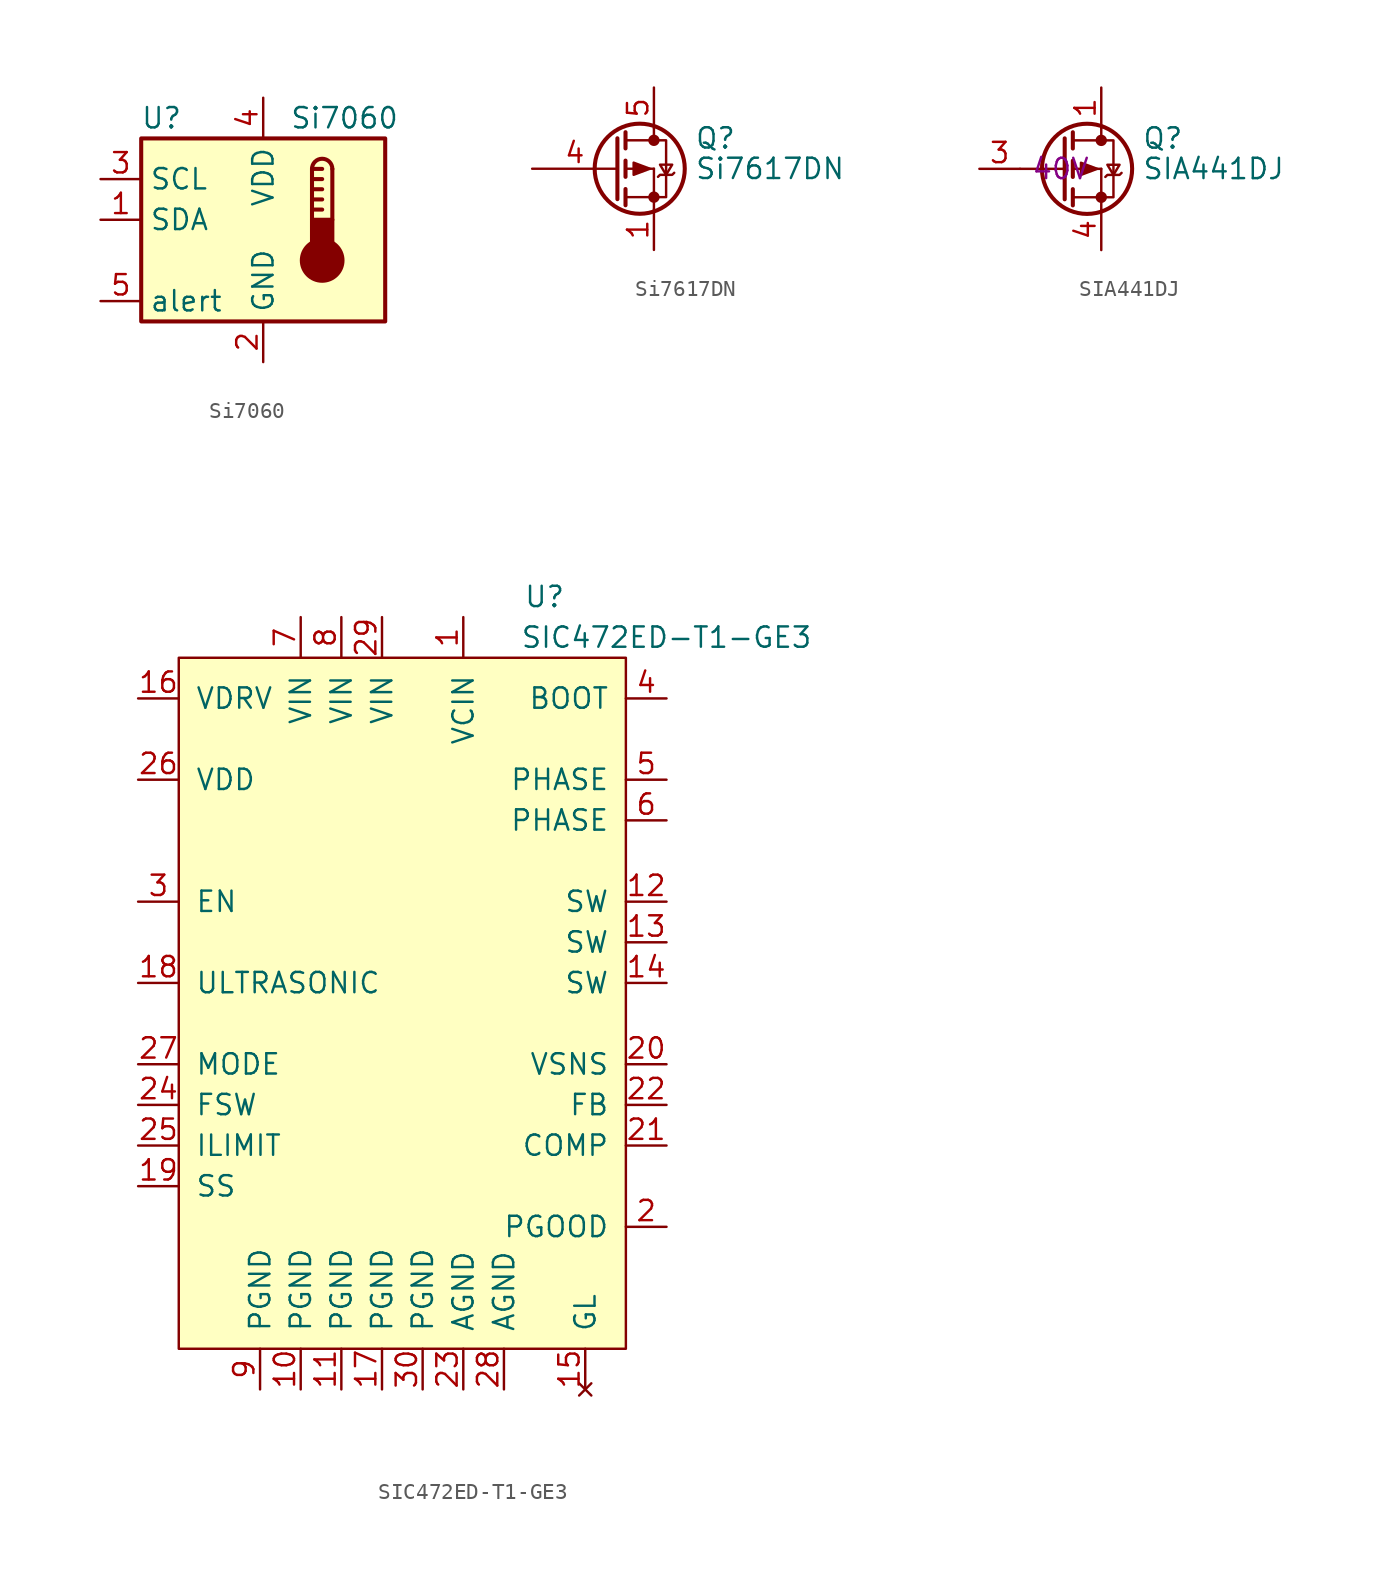
<source format=kicad_sym>
(kicad_symbol_lib
  (version 20220914)
  (generator kicad_symbol_editor)
  (symbol "Si7060"
    (property "Reference" "U"
      (at -6.35 6.35 0)
      (effects (font (size 1.27 1.27))))
    (property "Value" "Si7060"
      (at 5.08 6.35 0)
      (effects (font (size 1.27 1.27))))
    (symbol "Si7060_0_1"
      (rectangle (start -7.62 5.08) (end 7.62 -6.35) (stroke (width 0.254) (type default)) (fill (type background))))
    (symbol "Si7060_1_1"
      (polyline (pts (xy 3.048 0.635) (xy 3.683 0.635)) (stroke (width 0.254) (type default)) (fill (type none)))
      (polyline (pts (xy 3.048 1.27) (xy 3.683 1.27)) (stroke (width 0.254) (type default)) (fill (type none)))
      (polyline (pts (xy 3.048 1.905) (xy 3.683 1.905)) (stroke (width 0.254) (type default)) (fill (type none)))
      (polyline (pts (xy 3.048 2.54) (xy 3.683 2.54)) (stroke (width 0.254) (type default)) (fill (type none)))
      (polyline (pts (xy 3.048 3.175) (xy 3.048 0)) (stroke (width 0.254) (type default)) (fill (type none)))
      (polyline (pts (xy 3.048 3.175) (xy 3.683 3.175)) (stroke (width 0.254) (type default)) (fill (type none)))
      (polyline (pts (xy 4.318 3.175) (xy 4.318 0)) (stroke (width 0.254) (type default)) (fill (type none)))
      (circle (center 3.683 -2.54) (radius 1.27) (stroke (width 0.254) (type default)) (fill (type outline)))
      (rectangle (start 4.318 -1.905) (end 3.048 0) (stroke (width 0.254) (type default)) (fill (type outline)))
      (arc (start 4.318 3.175) (mid 3.683 3.8073) (end 3.048 3.175) (stroke (width 0.254) (type default)) (fill (type none)))
      (pin bidirectional line (at -10.16 0 0) (length 2.54) (name "SDA" (effects (font (size 1.27 1.27)))) (number "1" (effects (font (size 1.27 1.27)))))
      (pin power_in line (at 0 -8.89 90) (length 2.54) (name "GND" (effects (font (size 1.27 1.27)))) (number "2" (effects (font (size 1.27 1.27)))))
      (pin input line (at -10.16 2.54 0) (length 2.54) (name "SCL" (effects (font (size 1.27 1.27)))) (number "3" (effects (font (size 1.27 1.27)))))
      (pin power_in line (at 0 7.62 270) (length 2.54) (name "VDD" (effects (font (size 1.27 1.27)))) (number "4" (effects (font (size 1.27 1.27)))))
      (pin output line (at -10.16 -5.08 0) (length 2.54) (name "alert" (effects (font (size 1.27 1.27)))) (number "5" (effects (font (size 1.27 1.27)))))))
  (symbol "Si7617DN"
    (pin_names
      (offset 0) hide)
    (property "Reference" "Q"
      (at 5.08 1.905 0)
      (effects (font (size 1.27 1.27)) (justify left)))
    (property "Value" "Si7617DN"
      (at 5.08 0 0)
      (effects (font (size 1.27 1.27)) (justify left)))
    (symbol "Si7617DN_0_1"
      (polyline (pts (xy 0.762 -1.778) (xy 2.54 -1.778)) (stroke (width 0) (type default)) (fill (type none)))
      (polyline (pts (xy 0.762 -1.27) (xy 0.762 -2.286)) (stroke (width 0.254) (type default)) (fill (type none)))
      (polyline (pts (xy 0.762 0.508) (xy 0.762 -0.508)) (stroke (width 0.254) (type default)) (fill (type none)))
      (polyline (pts (xy 0.762 1.778) (xy 2.54 1.778)) (stroke (width 0) (type default)) (fill (type none)))
      (polyline (pts (xy 0.762 2.286) (xy 0.762 1.27)) (stroke (width 0.254) (type default)) (fill (type none)))
      (polyline (pts (xy 2.54 -1.778) (xy 2.54 -2.54)) (stroke (width 0) (type default)) (fill (type none)))
      (polyline (pts (xy 2.54 2.54) (xy 2.54 1.778)) (stroke (width 0) (type default)) (fill (type none)))
      (polyline (pts (xy 0.254 1.905) (xy 0.254 -1.905) (xy 0.254 -1.905)) (stroke (width 0.254) (type default)) (fill (type none)))
      (polyline (pts (xy 2.54 -1.778) (xy 3.302 -1.778) (xy 3.302 1.778) (xy 2.54 1.778)) (stroke (width 0) (type default)) (fill (type none)))
      (circle (center 2.54 -1.778) (radius 0.279) (stroke (width 0) (type default)) (fill (type outline)))
      (circle (center 2.54 1.778) (radius 0.279) (stroke (width 0) (type default)) (fill (type outline))))
    (symbol "Si7617DN_1_1"
      (polyline (pts (xy 0.762 0) (xy 2.54 0)) (stroke (width 0) (type default)) (fill (type none)))
      (polyline (pts (xy 2.54 -1.778) (xy 2.54 0)) (stroke (width 0) (type default)) (fill (type none)))
      (polyline (pts (xy 2.286 0) (xy 1.27 -0.381) (xy 1.27 0.381) (xy 2.286 0)) (stroke (width 0) (type default)) (fill (type outline)))
      (polyline (pts (xy 2.794 -0.508) (xy 2.921 -0.381) (xy 3.683 -0.381) (xy 3.81 -0.254)) (stroke (width 0) (type default)) (fill (type none)))
      (polyline (pts (xy 3.302 -0.381) (xy 2.921 0.254) (xy 3.683 0.254) (xy 3.302 -0.381)) (stroke (width 0) (type default)) (fill (type none)))
      (circle (center 1.651 0) (radius 2.819) (stroke (width 0.254) (type default)) (fill (type none)))
      (pin passive line (at 2.54 -5.08 90) (length 2.54) (name "S" (effects (font (size 1.27 1.27)))) (number "1" (effects (font (size 1.27 1.27)))))
      (pin passive line (at 2.54 -5.08 90) (length 2.54) hide (name "S" (effects (font (size 1.27 1.27)))) (number "2" (effects (font (size 1.27 1.27)))))
      (pin passive line (at 2.54 -5.08 90) (length 2.54) hide (name "S" (effects (font (size 1.27 1.27)))) (number "3" (effects (font (size 1.27 1.27)))))
      (pin input line (at -5.08 0 0) (length 5.334) (name "G" (effects (font (size 1.27 1.27)))) (number "4" (effects (font (size 1.27 1.27)))))
      (pin passive line (at 2.54 5.08 270) (length 2.54) (name "D" (effects (font (size 1.27 1.27)))) (number "5" (effects (font (size 1.27 1.27)))))))
  (symbol "SIA441DJ"
    (pin_names
      (offset 0) hide)
    (property "Reference" "Q"
      (at 5.08 1.905 0)
      (effects (font (size 1.27 1.27)) (justify left)))
    (property "Value" "SIA441DJ"
      (at 5.08 0 0)
      (effects (font (size 1.27 1.27)) (justify left)))
    (property "Vds" "40V"
      (at 0 0 0)
      (effects (font (size 1.27 1.27))))
    (symbol "SIA441DJ_0_1"
      (polyline (pts (xy -2.54 0) (xy 0.254 0)) (stroke (width 0) (type default)) (fill (type none)))
      (polyline (pts (xy 0.762 -1.778) (xy 2.54 -1.778)) (stroke (width 0) (type default)) (fill (type none)))
      (polyline (pts (xy 0.762 -1.27) (xy 0.762 -2.286)) (stroke (width 0.254) (type default)) (fill (type none)))
      (polyline (pts (xy 0.762 0) (xy 2.54 0)) (stroke (width 0) (type default)) (fill (type none)))
      (polyline (pts (xy 0.762 0.508) (xy 0.762 -0.508)) (stroke (width 0.254) (type default)) (fill (type none)))
      (polyline (pts (xy 0.762 1.778) (xy 2.54 1.778)) (stroke (width 0) (type default)) (fill (type none)))
      (polyline (pts (xy 0.762 2.286) (xy 0.762 1.27)) (stroke (width 0.254) (type default)) (fill (type none)))
      (polyline (pts (xy 2.54 -1.778) (xy 2.54 -2.54)) (stroke (width 0) (type default)) (fill (type none)))
      (polyline (pts (xy 2.54 -1.778) (xy 2.54 0)) (stroke (width 0) (type default)) (fill (type none)))
      (polyline (pts (xy 2.54 2.54) (xy 2.54 1.778)) (stroke (width 0) (type default)) (fill (type none)))
      (polyline (pts (xy 0.254 1.905) (xy 0.254 -1.905) (xy 0.254 -1.905)) (stroke (width 0.254) (type default)) (fill (type none)))
      (polyline (pts (xy 2.286 0) (xy 1.27 -0.381) (xy 1.27 0.381) (xy 2.286 0)) (stroke (width 0) (type default)) (fill (type outline)))
      (polyline (pts (xy 2.54 -1.778) (xy 3.302 -1.778) (xy 3.302 1.778) (xy 2.54 1.778)) (stroke (width 0) (type default)) (fill (type none)))
      (polyline (pts (xy 2.794 -0.508) (xy 2.921 -0.381) (xy 3.683 -0.381) (xy 3.81 -0.254)) (stroke (width 0) (type default)) (fill (type none)))
      (polyline (pts (xy 3.302 -0.381) (xy 2.921 0.254) (xy 3.683 0.254) (xy 3.302 -0.381)) (stroke (width 0) (type default)) (fill (type none)))
      (circle (center 1.651 0) (radius 2.819) (stroke (width 0.254) (type default)) (fill (type none)))
      (circle (center 2.54 -1.778) (radius 0.279) (stroke (width 0) (type default)) (fill (type outline)))
      (circle (center 2.54 1.778) (radius 0.279) (stroke (width 0) (type default)) (fill (type outline))))
    (symbol "SIA441DJ_1_1"
      (pin passive line (at 2.54 5.08 270) (length 2.54) (name "D" (effects (font (size 1.27 1.27)))) (number "1" (effects (font (size 1.27 1.27)))))
      (pin passive line (at -5.08 0 0) (length 2.54) (name "G" (effects (font (size 1.27 1.27)))) (number "3" (effects (font (size 1.27 1.27)))))
      (pin passive line (at 2.54 -5.08 90) (length 2.54) (name "S" (effects (font (size 1.27 1.27)))) (number "4" (effects (font (size 1.27 1.27)))))))
  (symbol "SIC472ED-T1-GE3"
    (pin_names
      (offset 1.016))
    (property "Reference" "U"
      (at 5.08 26.67 0)
      (effects (font (size 1.27 1.27))))
    (property "Value" "SIC472ED-T1-GE3"
      (at 12.7 24.13 0)
      (effects (font (size 1.27 1.27))))
    (symbol "SIC472ED-T1-GE3_0_1"
      (rectangle (start -17.78 22.86) (end 10.16 -20.32) (stroke (width 0) (type default)) (fill (type background))))
    (symbol "SIC472ED-T1-GE3_1_1"
      (pin power_in line (at 0 25.4 270) (length 2.54) (name "VCIN" (effects (font (size 1.27 1.27)))) (number "1" (effects (font (size 1.27 1.27)))))
      (pin power_in line (at -10.16 -22.86 90) (length 2.54) (name "PGND" (effects (font (size 1.27 1.27)))) (number "10" (effects (font (size 1.27 1.27)))))
      (pin power_in line (at -7.62 -22.86 90) (length 2.54) (name "PGND" (effects (font (size 1.27 1.27)))) (number "11" (effects (font (size 1.27 1.27)))))
      (pin power_out line (at 12.7 7.62 180) (length 2.54) (name "SW" (effects (font (size 1.27 1.27)))) (number "12" (effects (font (size 1.27 1.27)))))
      (pin passive line (at 12.7 5.08 180) (length 2.54) (name "SW" (effects (font (size 1.27 1.27)))) (number "13" (effects (font (size 1.27 1.27)))))
      (pin passive line (at 12.7 2.54 180) (length 2.54) (name "SW" (effects (font (size 1.27 1.27)))) (number "14" (effects (font (size 1.27 1.27)))))
      (pin no_connect line (at 7.62 -22.86 90) (length 2.54) (name "GL" (effects (font (size 1.27 1.27)))) (number "15" (effects (font (size 1.27 1.27)))))
      (pin power_out line (at -20.32 20.32 0) (length 2.54) (name "VDRV" (effects (font (size 1.27 1.27)))) (number "16" (effects (font (size 1.27 1.27)))))
      (pin power_in line (at -5.08 -22.86 90) (length 2.54) (name "PGND" (effects (font (size 1.27 1.27)))) (number "17" (effects (font (size 1.27 1.27)))))
      (pin passive line (at -20.32 2.54 0) (length 2.54) (name "ULTRASONIC" (effects (font (size 1.27 1.27)))) (number "18" (effects (font (size 1.27 1.27)))))
      (pin passive line (at -20.32 -10.16 0) (length 2.54) (name "SS" (effects (font (size 1.27 1.27)))) (number "19" (effects (font (size 1.27 1.27)))))
      (pin open_collector line (at 12.7 -12.7 180) (length 2.54) (name "PGOOD" (effects (font (size 1.27 1.27)))) (number "2" (effects (font (size 1.27 1.27)))))
      (pin passive line (at 12.7 -2.54 180) (length 2.54) (name "VSNS" (effects (font (size 1.27 1.27)))) (number "20" (effects (font (size 1.27 1.27)))))
      (pin passive line (at 12.7 -7.62 180) (length 2.54) (name "COMP" (effects (font (size 1.27 1.27)))) (number "21" (effects (font (size 1.27 1.27)))))
      (pin passive line (at 12.7 -5.08 180) (length 2.54) (name "FB" (effects (font (size 1.27 1.27)))) (number "22" (effects (font (size 1.27 1.27)))))
      (pin power_in line (at 0 -22.86 90) (length 2.54) (name "AGND" (effects (font (size 1.27 1.27)))) (number "23" (effects (font (size 1.27 1.27)))))
      (pin passive line (at -20.32 -5.08 0) (length 2.54) (name "FSW" (effects (font (size 1.27 1.27)))) (number "24" (effects (font (size 1.27 1.27)))))
      (pin passive line (at -20.32 -7.62 0) (length 2.54) (name "ILIMIT" (effects (font (size 1.27 1.27)))) (number "25" (effects (font (size 1.27 1.27)))))
      (pin power_out line (at -20.32 15.24 0) (length 2.54) (name "VDD" (effects (font (size 1.27 1.27)))) (number "26" (effects (font (size 1.27 1.27)))))
      (pin passive line (at -20.32 -2.54 0) (length 2.54) (name "MODE" (effects (font (size 1.27 1.27)))) (number "27" (effects (font (size 1.27 1.27)))))
      (pin power_in line (at 2.54 -22.86 90) (length 2.54) (name "AGND" (effects (font (size 1.27 1.27)))) (number "28" (effects (font (size 1.27 1.27)))))
      (pin power_in line (at -5.08 25.4 270) (length 2.54) (name "VIN" (effects (font (size 1.27 1.27)))) (number "29" (effects (font (size 1.27 1.27)))))
      (pin input line (at -20.32 7.62 0) (length 2.54) (name "EN" (effects (font (size 1.27 1.27)))) (number "3" (effects (font (size 1.27 1.27)))))
      (pin power_in line (at -2.54 -22.86 90) (length 2.54) (name "PGND" (effects (font (size 1.27 1.27)))) (number "30" (effects (font (size 1.27 1.27)))))
      (pin passive line (at 12.7 20.32 180) (length 2.54) (name "BOOT" (effects (font (size 1.27 1.27)))) (number "4" (effects (font (size 1.27 1.27)))))
      (pin passive line (at 12.7 15.24 180) (length 2.54) (name "PHASE" (effects (font (size 1.27 1.27)))) (number "5" (effects (font (size 1.27 1.27)))))
      (pin passive line (at 12.7 12.7 180) (length 2.54) (name "PHASE" (effects (font (size 1.27 1.27)))) (number "6" (effects (font (size 1.27 1.27)))))
      (pin power_in line (at -10.16 25.4 270) (length 2.54) (name "VIN" (effects (font (size 1.27 1.27)))) (number "7" (effects (font (size 1.27 1.27)))))
      (pin power_in line (at -7.62 25.4 270) (length 2.54) (name "VIN" (effects (font (size 1.27 1.27)))) (number "8" (effects (font (size 1.27 1.27)))))
      (pin power_in line (at -12.7 -22.86 90) (length 2.54) (name "PGND" (effects (font (size 1.27 1.27)))) (number "9" (effects (font (size 1.27 1.27))))))))
</source>
